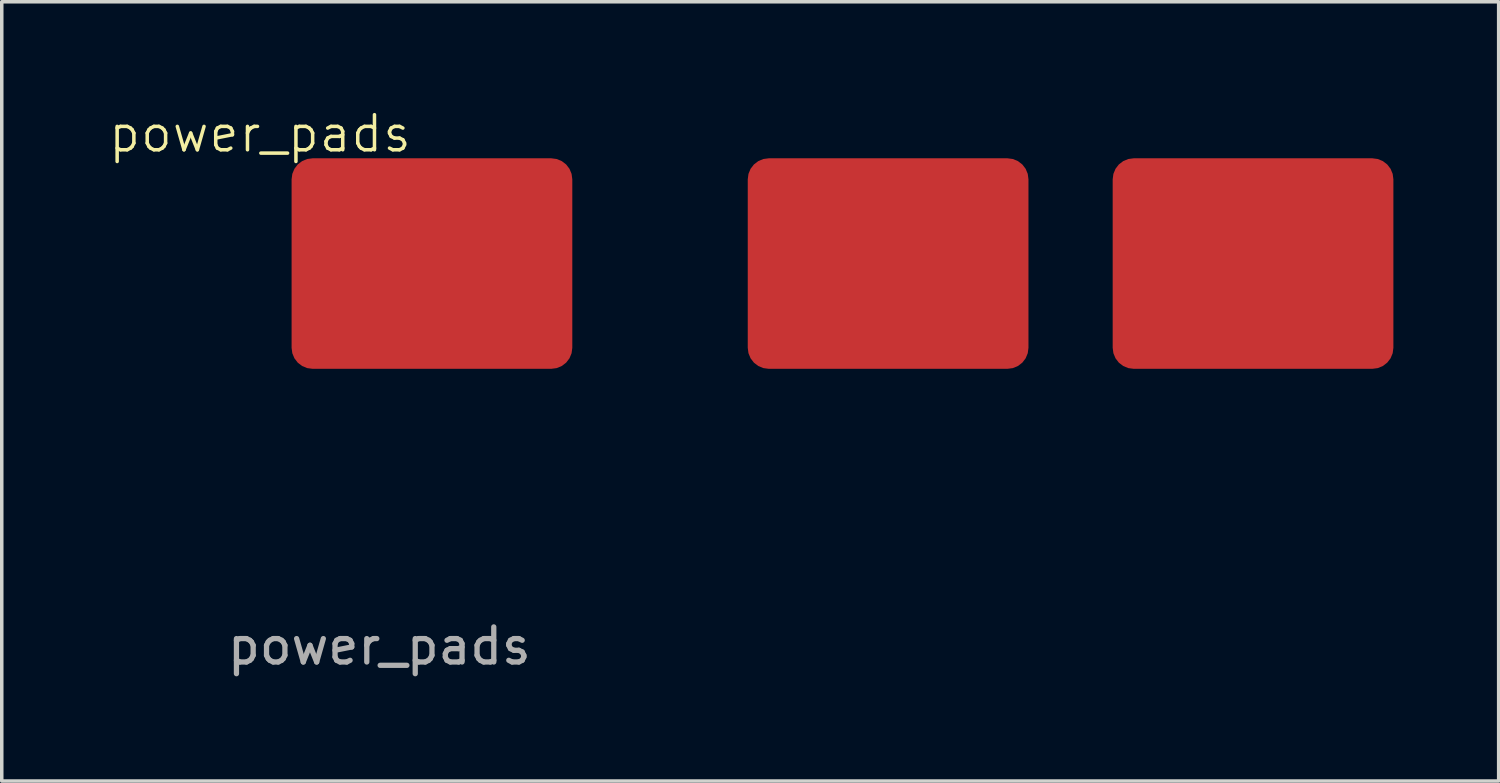
<source format=kicad_pcb>
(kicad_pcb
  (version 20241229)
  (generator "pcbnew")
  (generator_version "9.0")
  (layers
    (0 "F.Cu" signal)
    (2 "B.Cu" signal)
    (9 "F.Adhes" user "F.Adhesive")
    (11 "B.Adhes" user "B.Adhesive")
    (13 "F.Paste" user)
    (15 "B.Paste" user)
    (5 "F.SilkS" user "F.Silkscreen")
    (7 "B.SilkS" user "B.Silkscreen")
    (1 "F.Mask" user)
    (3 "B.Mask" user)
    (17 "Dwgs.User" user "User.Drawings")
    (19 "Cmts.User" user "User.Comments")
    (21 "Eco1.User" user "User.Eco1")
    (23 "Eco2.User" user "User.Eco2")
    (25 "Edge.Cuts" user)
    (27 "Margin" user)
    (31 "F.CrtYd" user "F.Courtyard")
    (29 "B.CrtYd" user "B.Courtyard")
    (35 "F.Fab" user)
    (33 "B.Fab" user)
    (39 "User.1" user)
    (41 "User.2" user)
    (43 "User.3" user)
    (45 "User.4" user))
  (footprint "power_pads"
    (layer "F.Cu")
    (at 5.16 1.361)
    (property "Reference" "power_pads" (at -0.8 -0.6 0) (unlocked yes) (layer "F.SilkS") (effects (font (size 1 1) (thickness 0.1))))
    (attr smd)
    (fp_text user "${REFERENCE}" (at 2.6 14 0) (unlocked yes) (layer "F.Fab") (effects (font (size 1 1) (thickness 0.15))))
    (pad "1" smd roundrect (at 27.5 3.1) (size 8 6) (layers "F.Cu" "F.Mask" "F.Paste") (roundrect_rratio 0.1))
    (pad "2" smd roundrect (at 17.1 3.1) (size 8 6) (layers "F.Cu" "F.Mask" "F.Paste") (roundrect_rratio 0.1))
    (pad "3" smd roundrect (at 4.1 3.1) (size 8 6) (layers "F.Cu" "F.Mask" "F.Paste") (roundrect_rratio 0.1)))
  (gr_rect
    (start -3 -3)
    (end 39.66 19.209)
    (stroke (width 0.1) (type default))
    (fill no)
    (layer "Edge.Cuts")))
</source>
